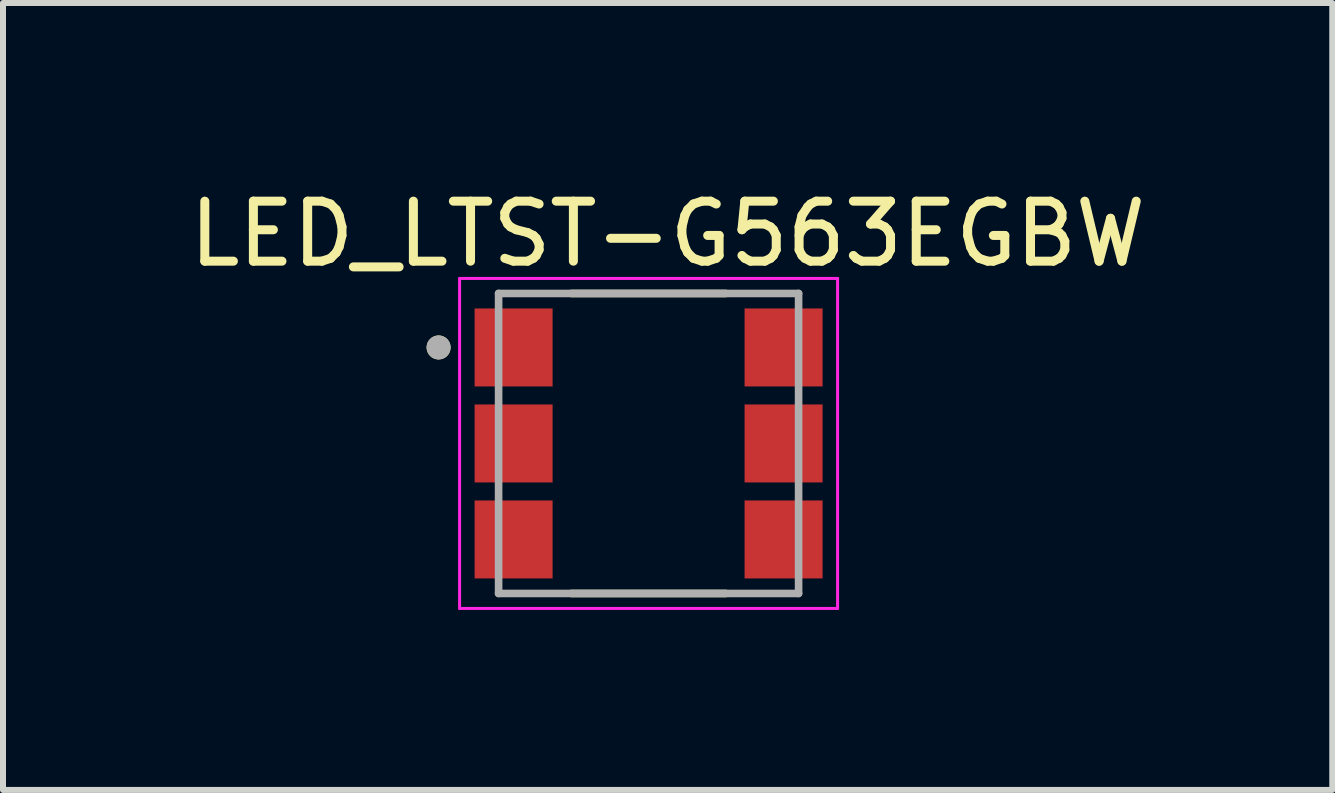
<source format=kicad_pcb>
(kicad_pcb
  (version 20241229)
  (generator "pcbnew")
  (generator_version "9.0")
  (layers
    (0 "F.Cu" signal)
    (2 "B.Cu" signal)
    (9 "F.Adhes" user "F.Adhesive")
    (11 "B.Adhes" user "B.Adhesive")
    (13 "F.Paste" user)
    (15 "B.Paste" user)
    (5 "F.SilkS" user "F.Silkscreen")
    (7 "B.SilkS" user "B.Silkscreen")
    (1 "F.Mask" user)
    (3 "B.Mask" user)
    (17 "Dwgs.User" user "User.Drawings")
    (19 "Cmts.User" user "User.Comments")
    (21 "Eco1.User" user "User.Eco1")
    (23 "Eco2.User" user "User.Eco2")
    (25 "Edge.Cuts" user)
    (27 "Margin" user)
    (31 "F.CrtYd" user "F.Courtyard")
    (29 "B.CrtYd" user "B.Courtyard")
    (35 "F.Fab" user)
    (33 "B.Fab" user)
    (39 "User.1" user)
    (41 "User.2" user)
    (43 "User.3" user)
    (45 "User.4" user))
  (footprint "LED_LTST-G563EGBW"
    (layer "F.Cu")
    (at 7.76 4.341)
    (property "Reference" "LED_LTST-G563EGBW" (at 0.318 -3.493 0) (layer "F.SilkS") (effects (font (size 1 1) (thickness 0.15))))
    (attr smd)
    (fp_line (start -1.285 -2.5) (end 1.285 -2.5) (stroke (width 0.127) (type solid)) (layer "F.SilkS"))
    (fp_line (start -1.285 2.5) (end 1.285 2.5) (stroke (width 0.127) (type solid)) (layer "F.SilkS"))
    (fp_circle (center -3.5 -1.6) (end -3.4 -1.6) (stroke (width 0.2) (type solid)) (fill no) (layer "F.SilkS"))
    (fp_line (start -3.15 -2.75) (end 3.15 -2.75) (stroke (width 0.05) (type solid)) (layer "F.CrtYd"))
    (fp_line (start -3.15 2.75) (end -3.15 -2.75) (stroke (width 0.05) (type solid)) (layer "F.CrtYd"))
    (fp_line (start 3.15 -2.75) (end 3.15 2.75) (stroke (width 0.05) (type solid)) (layer "F.CrtYd"))
    (fp_line (start 3.15 2.75) (end -3.15 2.75) (stroke (width 0.05) (type solid)) (layer "F.CrtYd"))
    (fp_line (start -2.5 -2.5) (end 2.5 -2.5) (stroke (width 0.127) (type solid)) (layer "F.Fab"))
    (fp_line (start -2.5 2.5) (end -2.5 -2.5) (stroke (width 0.127) (type solid)) (layer "F.Fab"))
    (fp_line (start 2.5 -2.5) (end 2.5 2.5) (stroke (width 0.127) (type solid)) (layer "F.Fab"))
    (fp_line (start 2.5 2.5) (end -2.5 2.5) (stroke (width 0.127) (type solid)) (layer "F.Fab"))
    (fp_circle (center -3.5 -1.6) (end -3.4 -1.6) (stroke (width 0.2) (type solid)) (fill no) (layer "F.Fab"))
    (pad "1" smd rect (at -2.25 -1.6) (size 1.3 1.3) (layers "F.Cu" "F.Mask" "F.Paste"))
    (pad "2" smd rect (at -2.25 0) (size 1.3 1.3) (layers "F.Cu" "F.Mask" "F.Paste"))
    (pad "3" smd rect (at -2.25 1.6) (size 1.3 1.3) (layers "F.Cu" "F.Mask" "F.Paste"))
    (pad "4" smd rect (at 2.25 1.6) (size 1.3 1.3) (layers "F.Cu" "F.Mask" "F.Paste"))
    (pad "5" smd rect (at 2.25 0) (size 1.3 1.3) (layers "F.Cu" "F.Mask" "F.Paste"))
    (pad "6" smd rect (at 2.25 -1.6) (size 1.3 1.3) (layers "F.Cu" "F.Mask" "F.Paste")))
  (gr_rect
    (start -3 -3)
    (end 19.155 10.116)
    (stroke (width 0.1) (type default))
    (fill no)
    (layer "Edge.Cuts")))
</source>
